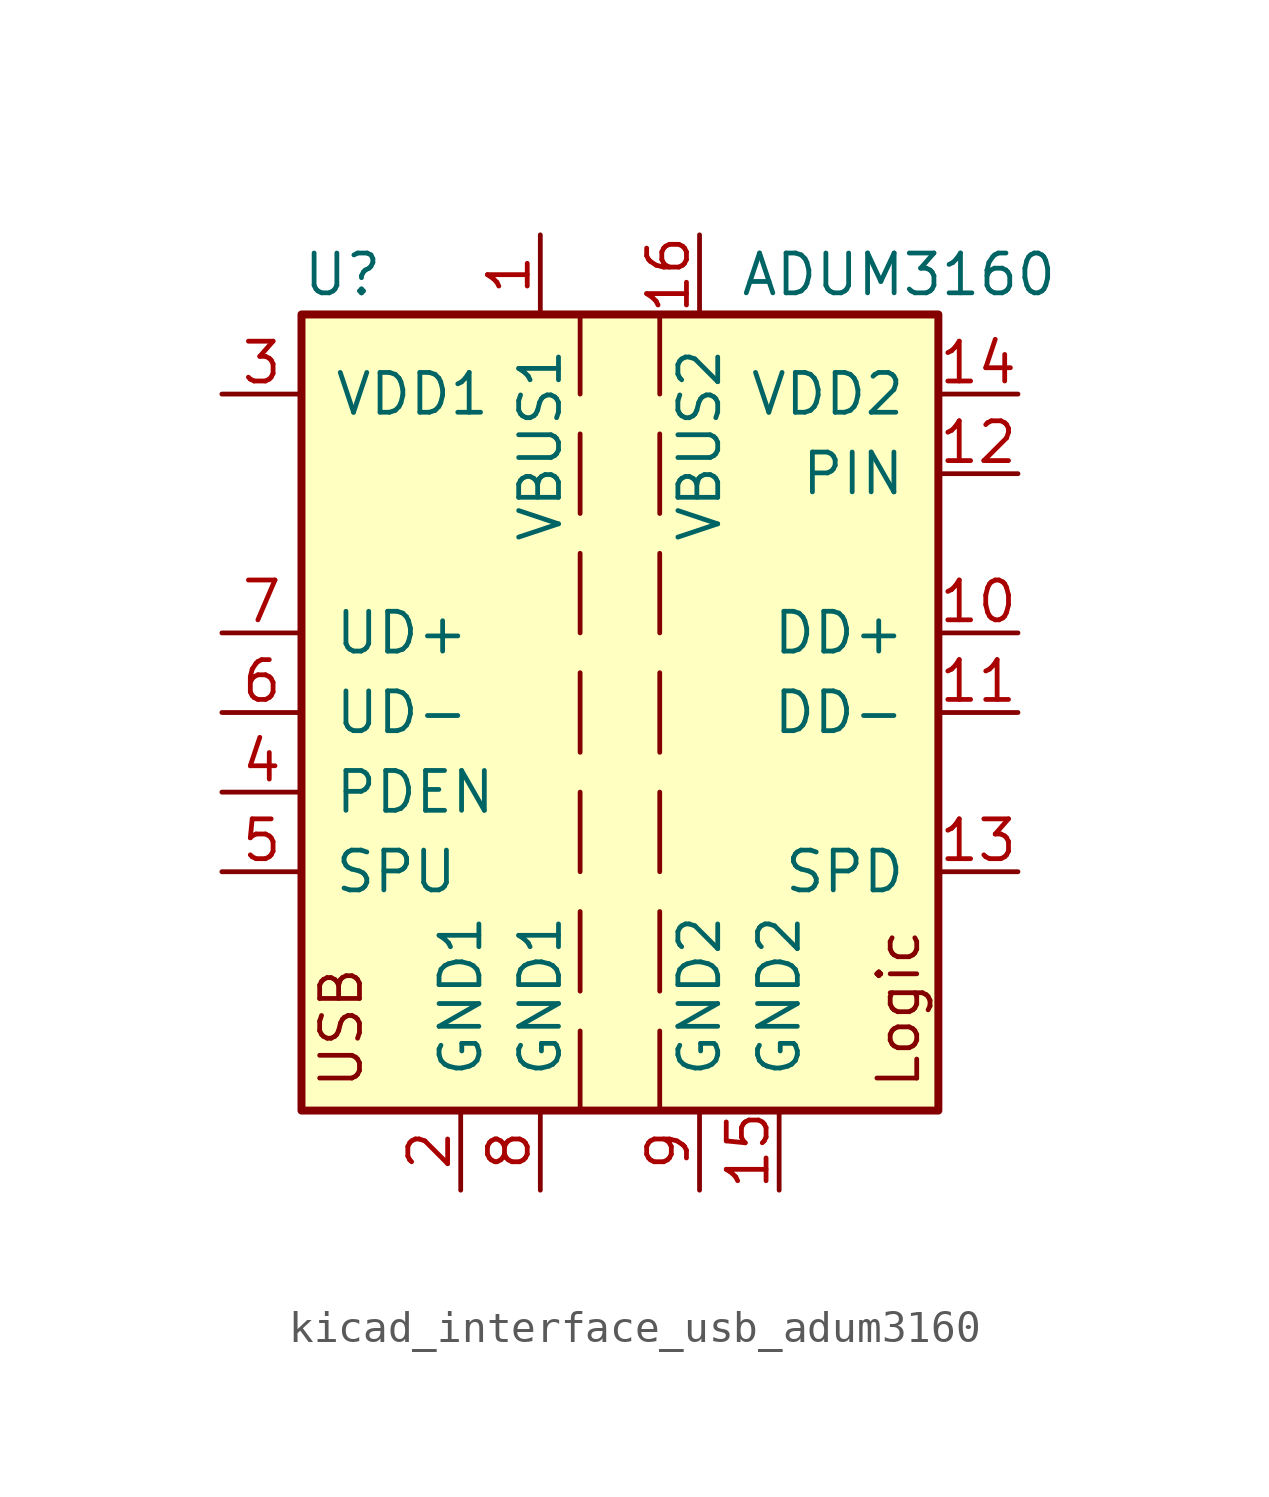
<source format=kicad_sym>
(kicad_symbol_lib
  (version 20220914)
  (generator kicad_symbol_editor)
  (symbol "kicad_interface_usb_adum3160"
    (pin_names
      (offset 1.016))
    (property "Reference" "U"
      (at -10.16 13.97 0)
      (effects (font (size 1.27 1.27)) (justify left)))
    (property "Value" "ADUM3160"
      (at 3.81 13.97 0)
      (effects (font (size 1.27 1.27)) (justify left)))
    (symbol "kicad_interface_usb_adum3160_0_0"
      (text "Logic" (at 8.89 -12.065 900) (effects (font (size 1.27 1.27)) (justify left))))
    (symbol "kicad_interface_usb_adum3160_0_1"
      (rectangle (start -10.16 12.7) (end 10.16 -12.7) (stroke (width 0.254) (type default)) (fill (type background)))
      (polyline (pts (xy -1.27 -10.16) (xy -1.27 -12.7)) (stroke (width 0) (type default)) (fill (type none)))
      (polyline (pts (xy -1.27 -6.35) (xy -1.27 -8.89)) (stroke (width 0) (type default)) (fill (type none)))
      (polyline (pts (xy -1.27 -2.54) (xy -1.27 -5.08)) (stroke (width 0) (type default)) (fill (type none)))
      (polyline (pts (xy -1.27 1.27) (xy -1.27 -1.27)) (stroke (width 0) (type default)) (fill (type none)))
      (polyline (pts (xy -1.27 5.08) (xy -1.27 2.54)) (stroke (width 0) (type default)) (fill (type none)))
      (polyline (pts (xy -1.27 8.89) (xy -1.27 6.35)) (stroke (width 0) (type default)) (fill (type none)))
      (polyline (pts (xy -1.27 12.7) (xy -1.27 10.16)) (stroke (width 0) (type default)) (fill (type none)))
      (polyline (pts (xy 1.27 -10.16) (xy 1.27 -12.7)) (stroke (width 0) (type default)) (fill (type none)))
      (polyline (pts (xy 1.27 -6.35) (xy 1.27 -8.89)) (stroke (width 0) (type default)) (fill (type none)))
      (polyline (pts (xy 1.27 -2.54) (xy 1.27 -5.08)) (stroke (width 0) (type default)) (fill (type none)))
      (polyline (pts (xy 1.27 1.27) (xy 1.27 -1.27)) (stroke (width 0) (type default)) (fill (type none)))
      (polyline (pts (xy 1.27 5.08) (xy 1.27 2.54)) (stroke (width 0) (type default)) (fill (type none)))
      (polyline (pts (xy 1.27 8.89) (xy 1.27 6.35)) (stroke (width 0) (type default)) (fill (type none)))
      (polyline (pts (xy 1.27 12.7) (xy 1.27 10.16)) (stroke (width 0) (type default)) (fill (type none))))
    (symbol "kicad_interface_usb_adum3160_1_0"
      (text "USB" (at -8.89 -12.065 900) (effects (font (size 1.27 1.27)) (justify left))))
    (symbol "kicad_interface_usb_adum3160_1_1"
      (pin power_in line (at -2.54 15.24 270) (length 2.54) (name "VBUS1" (effects (font (size 1.27 1.27)))) (number "1" (effects (font (size 1.27 1.27)))))
      (pin bidirectional line (at 12.7 2.54 180) (length 2.54) (name "DD+" (effects (font (size 1.27 1.27)))) (number "10" (effects (font (size 1.27 1.27)))))
      (pin bidirectional line (at 12.7 0 180) (length 2.54) (name "DD-" (effects (font (size 1.27 1.27)))) (number "11" (effects (font (size 1.27 1.27)))))
      (pin input line (at 12.7 7.62 180) (length 2.54) (name "PIN" (effects (font (size 1.27 1.27)))) (number "12" (effects (font (size 1.27 1.27)))))
      (pin input line (at 12.7 -5.08 180) (length 2.54) (name "SPD" (effects (font (size 1.27 1.27)))) (number "13" (effects (font (size 1.27 1.27)))))
      (pin power_in line (at 12.7 10.16 180) (length 2.54) (name "VDD2" (effects (font (size 1.27 1.27)))) (number "14" (effects (font (size 1.27 1.27)))))
      (pin power_in line (at 5.08 -15.24 90) (length 2.54) (name "GND2" (effects (font (size 1.27 1.27)))) (number "15" (effects (font (size 1.27 1.27)))))
      (pin power_in line (at 2.54 15.24 270) (length 2.54) (name "VBUS2" (effects (font (size 1.27 1.27)))) (number "16" (effects (font (size 1.27 1.27)))))
      (pin power_in line (at -5.08 -15.24 90) (length 2.54) (name "GND1" (effects (font (size 1.27 1.27)))) (number "2" (effects (font (size 1.27 1.27)))))
      (pin power_in line (at -12.7 10.16 0) (length 2.54) (name "VDD1" (effects (font (size 1.27 1.27)))) (number "3" (effects (font (size 1.27 1.27)))))
      (pin input line (at -12.7 -2.54 0) (length 2.54) (name "PDEN" (effects (font (size 1.27 1.27)))) (number "4" (effects (font (size 1.27 1.27)))))
      (pin input line (at -12.7 -5.08 0) (length 2.54) (name "SPU" (effects (font (size 1.27 1.27)))) (number "5" (effects (font (size 1.27 1.27)))))
      (pin bidirectional line (at -12.7 0 0) (length 2.54) (name "UD-" (effects (font (size 1.27 1.27)))) (number "6" (effects (font (size 1.27 1.27)))))
      (pin bidirectional line (at -12.7 2.54 0) (length 2.54) (name "UD+" (effects (font (size 1.27 1.27)))) (number "7" (effects (font (size 1.27 1.27)))))
      (pin power_in line (at -2.54 -15.24 90) (length 2.54) (name "GND1" (effects (font (size 1.27 1.27)))) (number "8" (effects (font (size 1.27 1.27)))))
      (pin power_in line (at 2.54 -15.24 90) (length 2.54) (name "GND2" (effects (font (size 1.27 1.27)))) (number "9" (effects (font (size 1.27 1.27))))))))
</source>
